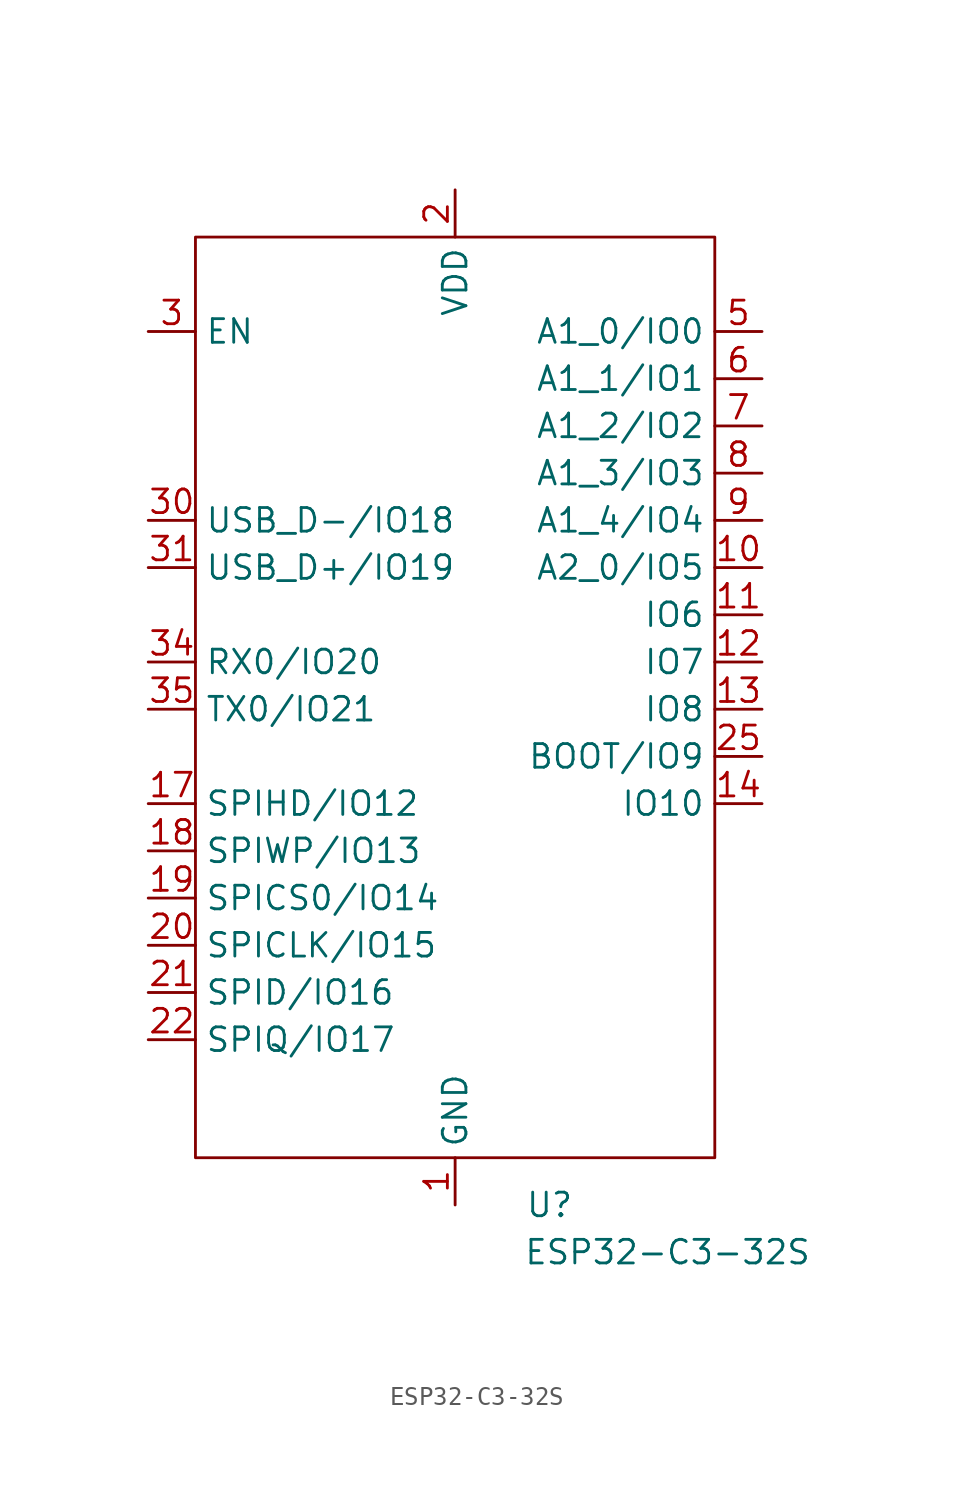
<source format=kicad_sym>
(kicad_symbol_lib
  (version 20211014)
  (generator kicad_symbol_editor)
  (symbol "ESP32-C3-32S"
    (property "Reference" "U"
      (at 5.08 -27.94 0)
      (effects (font (size 1.27 1.27))))
    (property "Value" "ESP32-C3-32S"
      (at 11.43 -30.48 0)
      (effects (font (size 1.27 1.27))))
    (symbol "ESP32-C3-32S_0_0"
      (pin power_in line (at 0 -27.94 90) (length 2.54) (name "GND" (effects (font (size 1.27 1.27)))) (number "1" (effects (font (size 1.27 1.27)))))
      (pin bidirectional line (at 16.51 6.35 180) (length 2.54) (name "A2_0/IO5" (effects (font (size 1.27 1.27)))) (number "10" (effects (font (size 1.27 1.27)))))
      (pin bidirectional line (at 16.51 3.81 180) (length 2.54) (name "IO6" (effects (font (size 1.27 1.27)))) (number "11" (effects (font (size 1.27 1.27)))))
      (pin bidirectional line (at 16.51 1.27 180) (length 2.54) (name "IO7" (effects (font (size 1.27 1.27)))) (number "12" (effects (font (size 1.27 1.27)))))
      (pin bidirectional line (at 16.51 -1.27 180) (length 2.54) (name "IO8" (effects (font (size 1.27 1.27)))) (number "13" (effects (font (size 1.27 1.27)))))
      (pin bidirectional line (at 16.51 -6.35 180) (length 2.54) (name "IO10" (effects (font (size 1.27 1.27)))) (number "14" (effects (font (size 1.27 1.27)))))
      (pin passive line (at 0 -27.94 90) (length 2.54) hide (name "GND" (effects (font (size 1.27 1.27)))) (number "15" (effects (font (size 1.27 1.27)))))
      (pin no_connect line (at 13.97 -17.78 180) (length 2.54) hide (name "NC" (effects (font (size 1.27 1.27)))) (number "16" (effects (font (size 1.27 1.27)))))
      (pin bidirectional line (at -16.51 -6.35 0) (length 2.54) (name "SPIHD/IO12" (effects (font (size 1.27 1.27)))) (number "17" (effects (font (size 1.27 1.27)))))
      (pin bidirectional line (at -16.51 -8.89 0) (length 2.54) (name "SPIWP/IO13" (effects (font (size 1.27 1.27)))) (number "18" (effects (font (size 1.27 1.27)))))
      (pin bidirectional line (at -16.51 -11.43 0) (length 2.54) (name "SPICS0/IO14" (effects (font (size 1.27 1.27)))) (number "19" (effects (font (size 1.27 1.27)))))
      (pin power_in line (at 0 26.67 270) (length 2.54) (name "VDD" (effects (font (size 1.27 1.27)))) (number "2" (effects (font (size 1.27 1.27)))))
      (pin bidirectional line (at -16.51 -13.97 0) (length 2.54) (name "SPICLK/IO15" (effects (font (size 1.27 1.27)))) (number "20" (effects (font (size 1.27 1.27)))))
      (pin bidirectional line (at -16.51 -16.51 0) (length 2.54) (name "SPID/IO16" (effects (font (size 1.27 1.27)))) (number "21" (effects (font (size 1.27 1.27)))))
      (pin bidirectional line (at -16.51 -19.05 0) (length 2.54) (name "SPIQ/IO17" (effects (font (size 1.27 1.27)))) (number "22" (effects (font (size 1.27 1.27)))))
      (pin no_connect line (at 13.97 -17.78 180) (length 2.54) hide (name "NC" (effects (font (size 1.27 1.27)))) (number "23" (effects (font (size 1.27 1.27)))))
      (pin no_connect line (at 13.97 -17.78 180) (length 2.54) hide (name "NC" (effects (font (size 1.27 1.27)))) (number "24" (effects (font (size 1.27 1.27)))))
      (pin bidirectional line (at 16.51 -3.81 180) (length 2.54) (name "BOOT/IO9" (effects (font (size 1.27 1.27)))) (number "25" (effects (font (size 1.27 1.27)))))
      (pin no_connect line (at 13.97 -17.78 180) (length 2.54) hide (name "NC" (effects (font (size 1.27 1.27)))) (number "26" (effects (font (size 1.27 1.27)))))
      (pin no_connect line (at 13.97 -17.78 180) (length 2.54) hide (name "NC" (effects (font (size 1.27 1.27)))) (number "27" (effects (font (size 1.27 1.27)))))
      (pin no_connect line (at 13.97 -17.78 180) (length 2.54) hide (name "NC" (effects (font (size 1.27 1.27)))) (number "28" (effects (font (size 1.27 1.27)))))
      (pin no_connect line (at 13.97 -17.78 180) (length 2.54) hide (name "NC" (effects (font (size 1.27 1.27)))) (number "29" (effects (font (size 1.27 1.27)))))
      (pin input line (at -16.51 19.05 0) (length 2.54) (name "EN" (effects (font (size 1.27 1.27)))) (number "3" (effects (font (size 1.27 1.27)))))
      (pin bidirectional line (at -16.51 8.89 0) (length 2.54) (name "USB_D-/IO18" (effects (font (size 1.27 1.27)))) (number "30" (effects (font (size 1.27 1.27)))))
      (pin bidirectional line (at -16.51 6.35 0) (length 2.54) (name "USB_D+/IO19" (effects (font (size 1.27 1.27)))) (number "31" (effects (font (size 1.27 1.27)))))
      (pin no_connect line (at 13.97 -17.78 180) (length 2.54) hide (name "NC" (effects (font (size 1.27 1.27)))) (number "32" (effects (font (size 1.27 1.27)))))
      (pin no_connect line (at 13.97 -17.78 180) (length 2.54) hide (name "NC" (effects (font (size 1.27 1.27)))) (number "33" (effects (font (size 1.27 1.27)))))
      (pin bidirectional line (at -16.51 1.27 0) (length 2.54) (name "RX0/IO20" (effects (font (size 1.27 1.27)))) (number "34" (effects (font (size 1.27 1.27)))))
      (pin bidirectional line (at -16.51 -1.27 0) (length 2.54) (name "TX0/IO21" (effects (font (size 1.27 1.27)))) (number "35" (effects (font (size 1.27 1.27)))))
      (pin no_connect line (at 13.97 -17.78 180) (length 2.54) hide (name "NC" (effects (font (size 1.27 1.27)))) (number "36" (effects (font (size 1.27 1.27)))))
      (pin no_connect line (at 13.97 -17.78 180) (length 2.54) hide (name "NC" (effects (font (size 1.27 1.27)))) (number "37" (effects (font (size 1.27 1.27)))))
      (pin passive line (at 0 -27.94 90) (length 2.54) hide (name "GND" (effects (font (size 1.27 1.27)))) (number "38" (effects (font (size 1.27 1.27)))))
      (pin no_connect line (at 13.97 -17.78 180) (length 2.54) hide (name "NC" (effects (font (size 1.27 1.27)))) (number "4" (effects (font (size 1.27 1.27)))))
      (pin bidirectional line (at 16.51 19.05 180) (length 2.54) (name "A1_0/IO0" (effects (font (size 1.27 1.27)))) (number "5" (effects (font (size 1.27 1.27)))))
      (pin bidirectional line (at 16.51 16.51 180) (length 2.54) (name "A1_1/IO1" (effects (font (size 1.27 1.27)))) (number "6" (effects (font (size 1.27 1.27)))))
      (pin bidirectional line (at 16.51 13.97 180) (length 2.54) (name "A1_2/IO2" (effects (font (size 1.27 1.27)))) (number "7" (effects (font (size 1.27 1.27)))))
      (pin bidirectional line (at 16.51 11.43 180) (length 2.54) (name "A1_3/IO3" (effects (font (size 1.27 1.27)))) (number "8" (effects (font (size 1.27 1.27)))))
      (pin bidirectional line (at 16.51 8.89 180) (length 2.54) (name "A1_4/IO4" (effects (font (size 1.27 1.27)))) (number "9" (effects (font (size 1.27 1.27))))))
    (symbol "ESP32-C3-32S_0_1"
      (rectangle (start -13.97 24.13) (end 13.97 -25.4) (stroke (width 0.152) (type default) (color 0 0 0 0)) (fill (type none))))))
</source>
